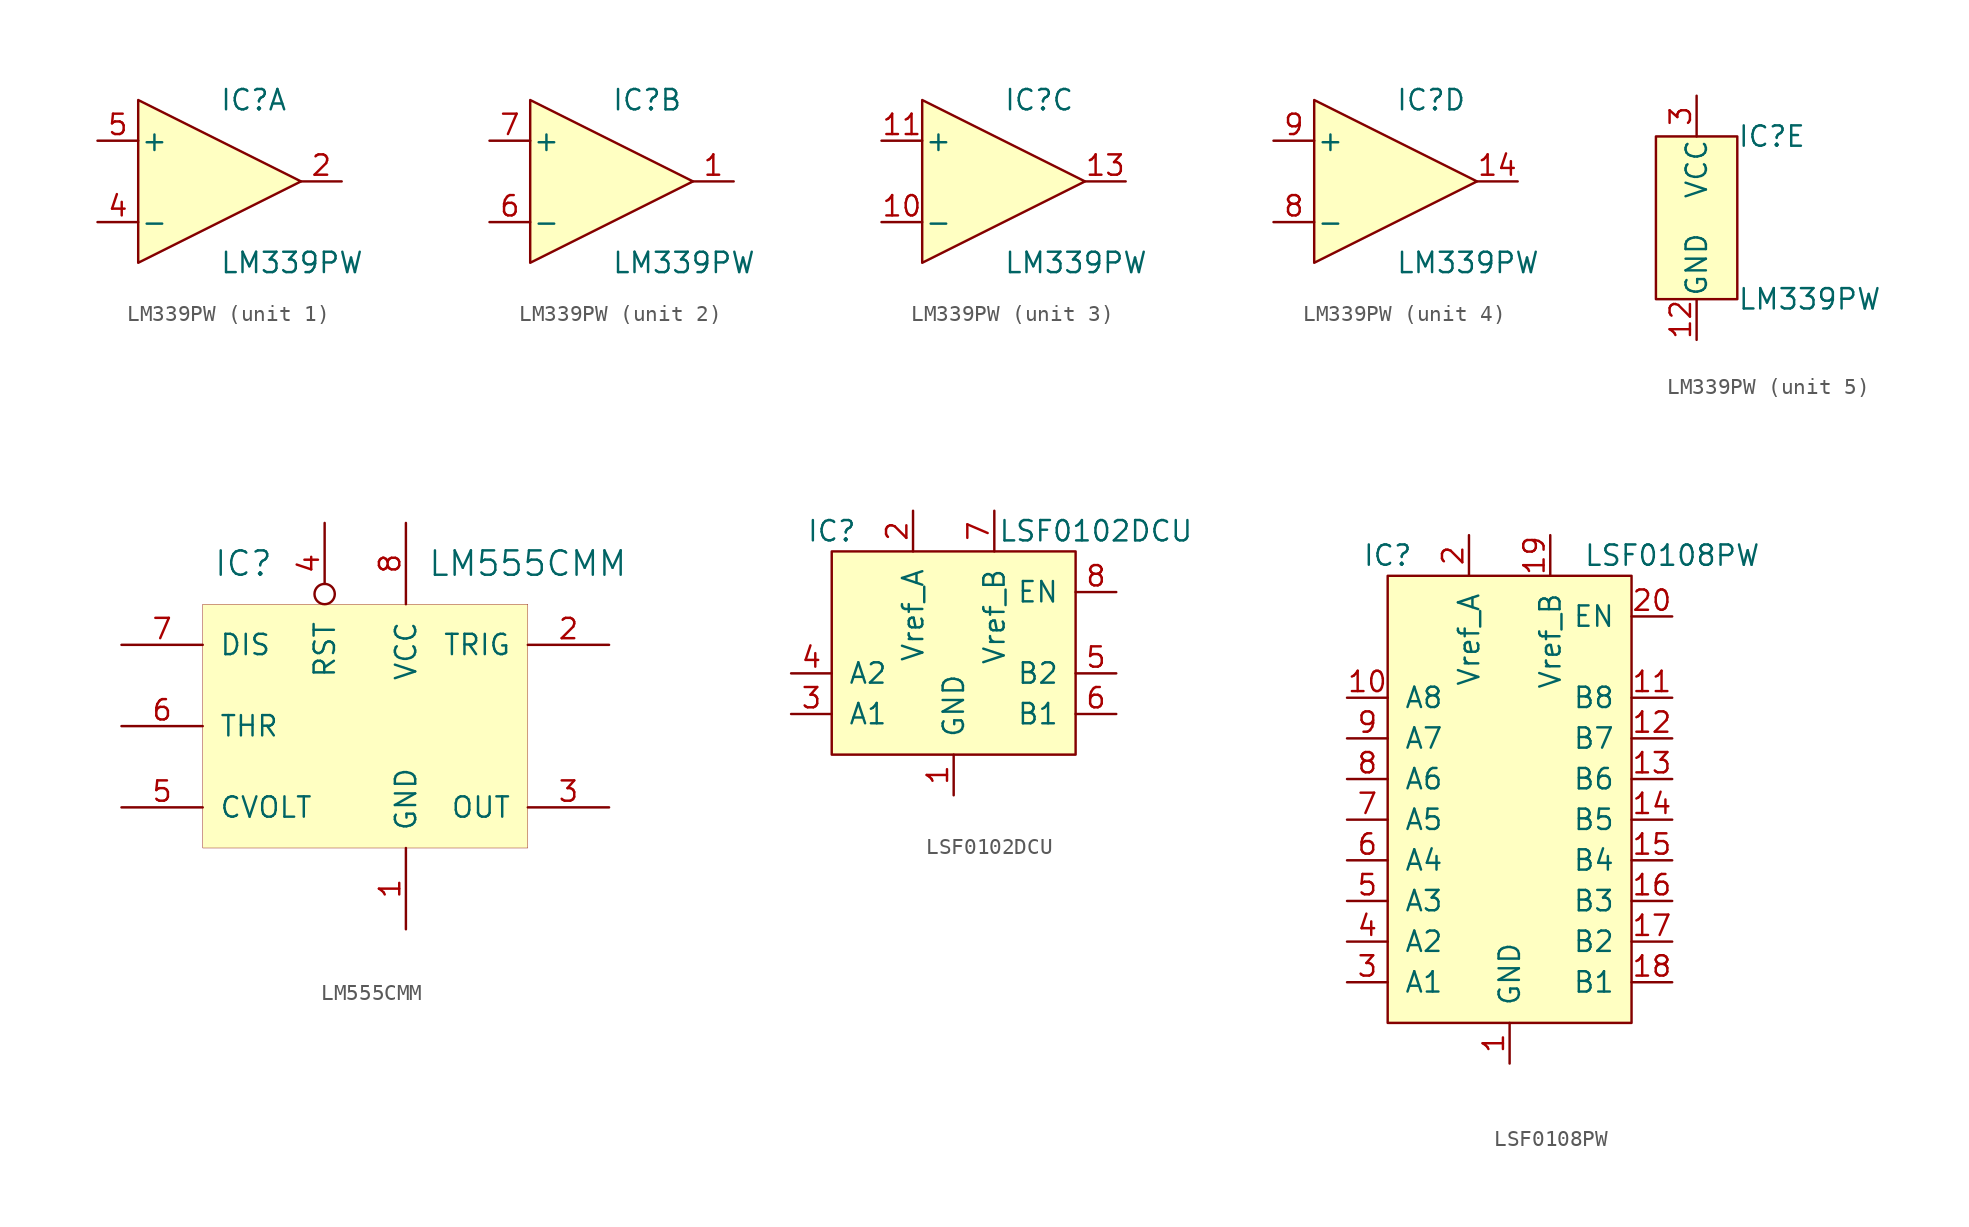
<source format=kicad_sym>
(kicad_symbol_lib
  (version 20220914)
  (generator kicad_symbol_editor)
  (symbol "LM339PW"
    (pin_names
      (offset 0.127))
    (property "Reference" "IC"
      (at 0 5.08 0)
      (effects (font (size 1.27 1.27)) (justify left)))
    (property "Value" "LM339PW"
      (at 0 -5.08 0)
      (effects (font (size 1.27 1.27)) (justify left)))
    (property "ki_locked" ""
      (at 0 0 0)
      (effects (font (size 1.27 1.27))))
    (symbol "LM339PW_1_1"
      (polyline (pts (xy -5.08 5.08) (xy 5.08 0) (xy -5.08 -5.08) (xy -5.08 5.08)) (stroke (width 0.152) (type default)) (fill (type background)))
      (pin open_collector line (at 7.62 0 180) (length 2.54) (name "~" (effects (font (size 1.27 1.27)))) (number "2" (effects (font (size 1.27 1.27)))))
      (pin input line (at -7.62 -2.54 0) (length 2.54) (name "-" (effects (font (size 1.27 1.27)))) (number "4" (effects (font (size 1.27 1.27)))))
      (pin input line (at -7.62 2.54 0) (length 2.54) (name "+" (effects (font (size 1.27 1.27)))) (number "5" (effects (font (size 1.27 1.27))))))
    (symbol "LM339PW_2_1"
      (polyline (pts (xy -5.08 5.08) (xy 5.08 0) (xy -5.08 -5.08) (xy -5.08 5.08)) (stroke (width 0.152) (type default)) (fill (type background)))
      (pin open_collector line (at 7.62 0 180) (length 2.54) (name "~" (effects (font (size 1.27 1.27)))) (number "1" (effects (font (size 1.27 1.27)))))
      (pin input line (at -7.62 -2.54 0) (length 2.54) (name "-" (effects (font (size 1.27 1.27)))) (number "6" (effects (font (size 1.27 1.27)))))
      (pin input line (at -7.62 2.54 0) (length 2.54) (name "+" (effects (font (size 1.27 1.27)))) (number "7" (effects (font (size 1.27 1.27))))))
    (symbol "LM339PW_3_1"
      (polyline (pts (xy -5.08 5.08) (xy 5.08 0) (xy -5.08 -5.08) (xy -5.08 5.08)) (stroke (width 0.152) (type default)) (fill (type background)))
      (pin input line (at -7.62 -2.54 0) (length 2.54) (name "-" (effects (font (size 1.27 1.27)))) (number "10" (effects (font (size 1.27 1.27)))))
      (pin input line (at -7.62 2.54 0) (length 2.54) (name "+" (effects (font (size 1.27 1.27)))) (number "11" (effects (font (size 1.27 1.27)))))
      (pin open_collector line (at 7.62 0 180) (length 2.54) (name "~" (effects (font (size 1.27 1.27)))) (number "13" (effects (font (size 1.27 1.27))))))
    (symbol "LM339PW_4_1"
      (polyline (pts (xy -5.08 5.08) (xy 5.08 0) (xy -5.08 -5.08) (xy -5.08 5.08)) (stroke (width 0.152) (type default)) (fill (type background)))
      (pin open_collector line (at 7.62 0 180) (length 2.54) (name "~" (effects (font (size 1.27 1.27)))) (number "14" (effects (font (size 1.27 1.27)))))
      (pin input line (at -7.62 -2.54 0) (length 2.54) (name "-" (effects (font (size 1.27 1.27)))) (number "8" (effects (font (size 1.27 1.27)))))
      (pin input line (at -7.62 2.54 0) (length 2.54) (name "+" (effects (font (size 1.27 1.27)))) (number "9" (effects (font (size 1.27 1.27))))))
    (symbol "LM339PW_5_1"
      (rectangle (start -5.08 5.08) (end 0 -5.08) (stroke (width 0.152) (type default)) (fill (type background)))
      (pin power_in line (at -2.54 -7.62 90) (length 2.54) (name "GND" (effects (font (size 1.27 1.27)))) (number "12" (effects (font (size 1.27 1.27)))))
      (pin power_in line (at -2.54 7.62 270) (length 2.54) (name "VCC" (effects (font (size 1.27 1.27)))) (number "3" (effects (font (size 1.27 1.27)))))))
  (symbol "LM555CMM"
    (pin_names
      (offset 1.016))
    (property "Reference" "IC"
      (at -7.62 10.16 0)
      (effects (font (size 1.524 1.524))))
    (property "Value" "LM555CMM"
      (at 10.16 10.16 0)
      (effects (font (size 1.524 1.524))))
    (symbol "LM555CMM_0_1"
      (rectangle (start -10.16 7.62) (end 10.16 -7.62) (stroke (width 0.025) (type default)) (fill (type background)))
      (pin power_in line (at 2.54 -12.7 90) (length 5.08) (name "GND" (effects (font (size 1.27 1.27)))) (number "1" (effects (font (size 1.27 1.27)))))
      (pin input line (at 15.24 5.08 180) (length 5.08) (name "TRIG" (effects (font (size 1.27 1.27)))) (number "2" (effects (font (size 1.27 1.27)))))
      (pin output line (at 15.24 -5.08 180) (length 5.08) (name "OUT" (effects (font (size 1.27 1.27)))) (number "3" (effects (font (size 1.27 1.27)))))
      (pin output inverted (at -2.54 12.7 270) (length 5.08) (name "RST" (effects (font (size 1.27 1.27)))) (number "4" (effects (font (size 1.27 1.27)))))
      (pin input line (at -15.24 -5.08 0) (length 5.08) (name "CVOLT" (effects (font (size 1.27 1.27)))) (number "5" (effects (font (size 1.27 1.27)))))
      (pin input line (at -15.24 0 0) (length 5.08) (name "THR" (effects (font (size 1.27 1.27)))) (number "6" (effects (font (size 1.27 1.27)))))
      (pin open_collector line (at -15.24 5.08 0) (length 5.08) (name "DIS" (effects (font (size 1.27 1.27)))) (number "7" (effects (font (size 1.27 1.27)))))
      (pin power_in line (at 2.54 12.7 270) (length 5.08) (name "VCC" (effects (font (size 1.27 1.27)))) (number "8" (effects (font (size 1.27 1.27)))))))
  (symbol "LSF0102DCU"
    (pin_names
      (offset 1.016))
    (property "Reference" "IC"
      (at -7.62 6.35 0)
      (effects (font (size 1.27 1.27))))
    (property "Value" "LSF0102DCU"
      (at 8.89 6.35 0)
      (effects (font (size 1.27 1.27))))
    (symbol "LSF0102DCU_0_1"
      (rectangle (start -7.62 5.08) (end 7.62 -7.62) (stroke (width 0.152) (type default)) (fill (type background))))
    (symbol "LSF0102DCU_1_1"
      (pin power_in line (at 0 -10.16 90) (length 2.54) (name "GND" (effects (font (size 1.27 1.27)))) (number "1" (effects (font (size 1.27 1.27)))))
      (pin power_in line (at -2.54 7.62 270) (length 2.54) (name "Vref_A" (effects (font (size 1.27 1.27)))) (number "2" (effects (font (size 1.27 1.27)))))
      (pin bidirectional line (at -10.16 -5.08 0) (length 2.54) (name "A1" (effects (font (size 1.27 1.27)))) (number "3" (effects (font (size 1.27 1.27)))))
      (pin bidirectional line (at -10.16 -2.54 0) (length 2.54) (name "A2" (effects (font (size 1.27 1.27)))) (number "4" (effects (font (size 1.27 1.27)))))
      (pin bidirectional line (at 10.16 -2.54 180) (length 2.54) (name "B2" (effects (font (size 1.27 1.27)))) (number "5" (effects (font (size 1.27 1.27)))))
      (pin bidirectional line (at 10.16 -5.08 180) (length 2.54) (name "B1" (effects (font (size 1.27 1.27)))) (number "6" (effects (font (size 1.27 1.27)))))
      (pin power_in line (at 2.54 7.62 270) (length 2.54) (name "Vref_B" (effects (font (size 1.27 1.27)))) (number "7" (effects (font (size 1.27 1.27)))))
      (pin input line (at 10.16 2.54 180) (length 2.54) (name "EN" (effects (font (size 1.27 1.27)))) (number "8" (effects (font (size 1.27 1.27)))))))
  (symbol "LSF0108PW"
    (pin_names
      (offset 1.016))
    (property "Reference" "IC"
      (at -7.62 13.97 0)
      (effects (font (size 1.27 1.27))))
    (property "Value" "LSF0108PW"
      (at 10.16 13.97 0)
      (effects (font (size 1.27 1.27))))
    (symbol "LSF0108PW_0_1"
      (rectangle (start -7.62 12.7) (end 7.62 -15.24) (stroke (width 0.152) (type default)) (fill (type background))))
    (symbol "LSF0108PW_1_1"
      (pin power_in line (at 0 -17.78 90) (length 2.54) (name "GND" (effects (font (size 1.27 1.27)))) (number "1" (effects (font (size 1.27 1.27)))))
      (pin bidirectional line (at -10.16 5.08 0) (length 2.54) (name "A8" (effects (font (size 1.27 1.27)))) (number "10" (effects (font (size 1.27 1.27)))))
      (pin bidirectional line (at 10.16 5.08 180) (length 2.54) (name "B8" (effects (font (size 1.27 1.27)))) (number "11" (effects (font (size 1.27 1.27)))))
      (pin bidirectional line (at 10.16 2.54 180) (length 2.54) (name "B7" (effects (font (size 1.27 1.27)))) (number "12" (effects (font (size 1.27 1.27)))))
      (pin bidirectional line (at 10.16 0 180) (length 2.54) (name "B6" (effects (font (size 1.27 1.27)))) (number "13" (effects (font (size 1.27 1.27)))))
      (pin bidirectional line (at 10.16 -2.54 180) (length 2.54) (name "B5" (effects (font (size 1.27 1.27)))) (number "14" (effects (font (size 1.27 1.27)))))
      (pin bidirectional line (at 10.16 -5.08 180) (length 2.54) (name "B4" (effects (font (size 1.27 1.27)))) (number "15" (effects (font (size 1.27 1.27)))))
      (pin bidirectional line (at 10.16 -7.62 180) (length 2.54) (name "B3" (effects (font (size 1.27 1.27)))) (number "16" (effects (font (size 1.27 1.27)))))
      (pin bidirectional line (at 10.16 -10.16 180) (length 2.54) (name "B2" (effects (font (size 1.27 1.27)))) (number "17" (effects (font (size 1.27 1.27)))))
      (pin bidirectional line (at 10.16 -12.7 180) (length 2.54) (name "B1" (effects (font (size 1.27 1.27)))) (number "18" (effects (font (size 1.27 1.27)))))
      (pin power_in line (at 2.54 15.24 270) (length 2.54) (name "Vref_B" (effects (font (size 1.27 1.27)))) (number "19" (effects (font (size 1.27 1.27)))))
      (pin power_in line (at -2.54 15.24 270) (length 2.54) (name "Vref_A" (effects (font (size 1.27 1.27)))) (number "2" (effects (font (size 1.27 1.27)))))
      (pin input line (at 10.16 10.16 180) (length 2.54) (name "EN" (effects (font (size 1.27 1.27)))) (number "20" (effects (font (size 1.27 1.27)))))
      (pin bidirectional line (at -10.16 -12.7 0) (length 2.54) (name "A1" (effects (font (size 1.27 1.27)))) (number "3" (effects (font (size 1.27 1.27)))))
      (pin bidirectional line (at -10.16 -10.16 0) (length 2.54) (name "A2" (effects (font (size 1.27 1.27)))) (number "4" (effects (font (size 1.27 1.27)))))
      (pin bidirectional line (at -10.16 -7.62 0) (length 2.54) (name "A3" (effects (font (size 1.27 1.27)))) (number "5" (effects (font (size 1.27 1.27)))))
      (pin bidirectional line (at -10.16 -5.08 0) (length 2.54) (name "A4" (effects (font (size 1.27 1.27)))) (number "6" (effects (font (size 1.27 1.27)))))
      (pin bidirectional line (at -10.16 -2.54 0) (length 2.54) (name "A5" (effects (font (size 1.27 1.27)))) (number "7" (effects (font (size 1.27 1.27)))))
      (pin bidirectional line (at -10.16 0 0) (length 2.54) (name "A6" (effects (font (size 1.27 1.27)))) (number "8" (effects (font (size 1.27 1.27)))))
      (pin bidirectional line (at -10.16 2.54 0) (length 2.54) (name "A7" (effects (font (size 1.27 1.27)))) (number "9" (effects (font (size 1.27 1.27))))))))
</source>
